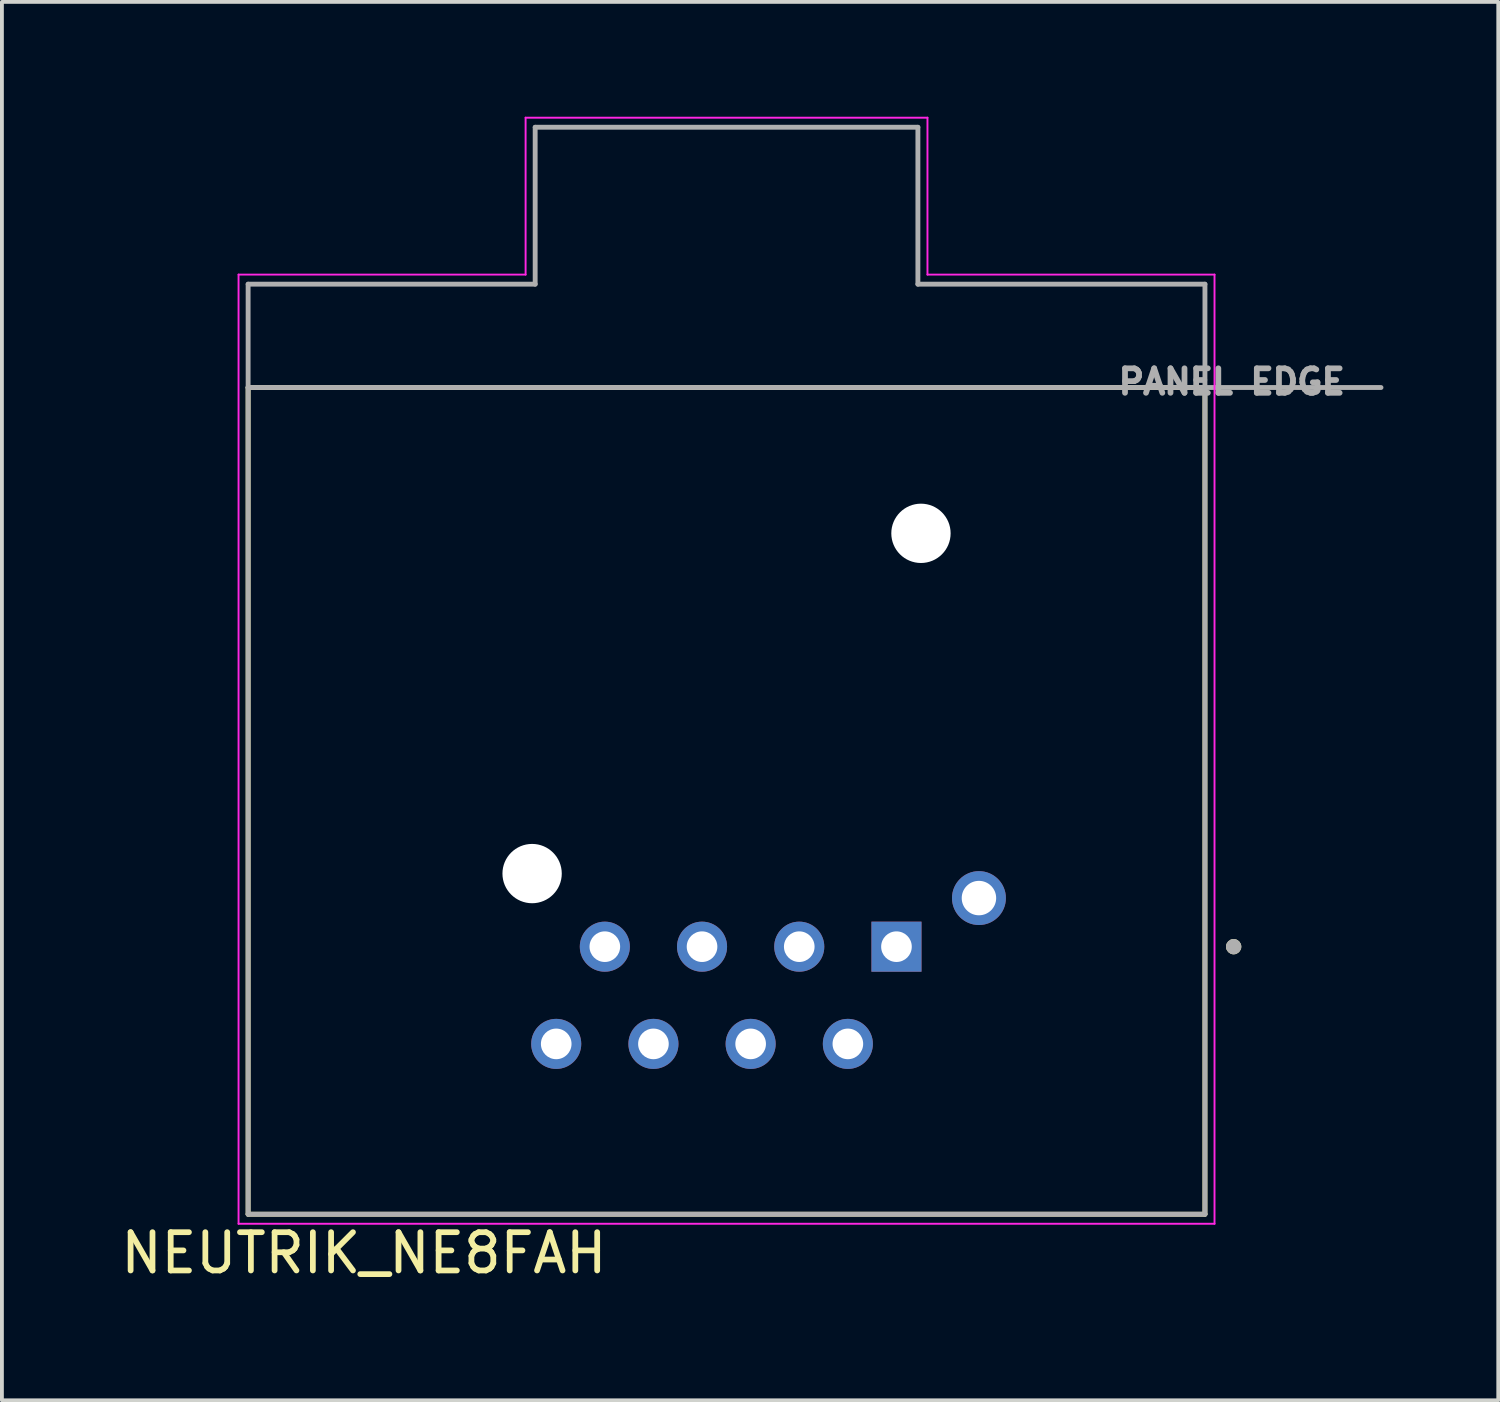
<source format=kicad_pcb>
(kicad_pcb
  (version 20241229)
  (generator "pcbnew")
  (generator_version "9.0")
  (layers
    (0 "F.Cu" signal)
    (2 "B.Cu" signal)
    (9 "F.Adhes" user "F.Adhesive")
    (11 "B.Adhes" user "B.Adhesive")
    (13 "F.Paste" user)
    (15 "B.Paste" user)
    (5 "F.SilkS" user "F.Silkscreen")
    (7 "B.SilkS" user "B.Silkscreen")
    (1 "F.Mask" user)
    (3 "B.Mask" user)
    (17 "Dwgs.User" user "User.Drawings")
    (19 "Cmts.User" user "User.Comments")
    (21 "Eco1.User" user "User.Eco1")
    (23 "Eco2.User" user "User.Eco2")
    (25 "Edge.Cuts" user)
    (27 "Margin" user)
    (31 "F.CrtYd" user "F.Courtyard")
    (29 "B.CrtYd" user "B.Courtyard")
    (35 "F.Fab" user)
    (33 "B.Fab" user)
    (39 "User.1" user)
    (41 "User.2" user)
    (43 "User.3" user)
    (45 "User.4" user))
  (footprint "NEUTRIK_NE8FAH"
    (layer "F.Cu")
    (at 15.933 7.075)
    (property "Reference" "NEUTRIK_NE8FAH" (at -9.475 22.615 0) (layer "F.SilkS") (effects (font (size 1 1) (thickness 0.15))))
    (attr through_hole)
    (fp_line (start -12.5 0) (end 12.5 0) (stroke (width 0.127) (type solid)) (layer "F.SilkS"))
    (fp_line (start -12.5 21.6) (end -12.5 0) (stroke (width 0.127) (type solid)) (layer "F.SilkS"))
    (fp_line (start 12.5 0) (end 12.5 21.6) (stroke (width 0.127) (type solid)) (layer "F.SilkS"))
    (fp_line (start 12.5 21.6) (end -12.5 21.6) (stroke (width 0.127) (type solid)) (layer "F.SilkS"))
    (fp_circle (center 13.25 14.61) (end 13.35 14.61) (stroke (width 0.2) (type solid)) (fill no) (layer "F.SilkS"))
    (fp_line (start -12.75 -2.95) (end -12.75 21.85) (stroke (width 0.05) (type solid)) (layer "F.CrtYd"))
    (fp_line (start -12.75 -2.95) (end -5.25 -2.95) (stroke (width 0.05) (type solid)) (layer "F.CrtYd"))
    (fp_line (start -12.75 21.85) (end 12.75 21.85) (stroke (width 0.05) (type solid)) (layer "F.CrtYd"))
    (fp_line (start -5.25 -2.95) (end -5.25 -7.05) (stroke (width 0.05) (type solid)) (layer "F.CrtYd"))
    (fp_line (start 5.25 -7.05) (end -5.25 -7.05) (stroke (width 0.05) (type solid)) (layer "F.CrtYd"))
    (fp_line (start 5.25 -7.05) (end 5.25 -2.95) (stroke (width 0.05) (type solid)) (layer "F.CrtYd"))
    (fp_line (start 5.25 -2.95) (end 12.75 -2.95) (stroke (width 0.05) (type solid)) (layer "F.CrtYd"))
    (fp_line (start 12.75 21.85) (end 12.75 -2.95) (stroke (width 0.05) (type solid)) (layer "F.CrtYd"))
    (fp_line (start -12.5 -2.7) (end -5 -2.7) (stroke (width 0.127) (type solid)) (layer "F.Fab"))
    (fp_line (start -12.5 0) (end -12.5 -2.7) (stroke (width 0.127) (type solid)) (layer "F.Fab"))
    (fp_line (start -12.5 0) (end 12.5 0) (stroke (width 0.127) (type solid)) (layer "F.Fab"))
    (fp_line (start -12.5 21.6) (end -12.5 0) (stroke (width 0.127) (type solid)) (layer "F.Fab"))
    (fp_line (start -5 -6.8) (end 5 -6.8) (stroke (width 0.127) (type solid)) (layer "F.Fab"))
    (fp_line (start -5 -2.7) (end -5 -6.8) (stroke (width 0.127) (type solid)) (layer "F.Fab"))
    (fp_line (start 5 -6.8) (end 5 -2.7) (stroke (width 0.127) (type solid)) (layer "F.Fab"))
    (fp_line (start 5 -2.7) (end 12.5 -2.7) (stroke (width 0.127) (type solid)) (layer "F.Fab"))
    (fp_line (start 12.5 0) (end 12.5 -2.7) (stroke (width 0.127) (type solid)) (layer "F.Fab"))
    (fp_line (start 12.5 0) (end 12.5 21.6) (stroke (width 0.127) (type solid)) (layer "F.Fab"))
    (fp_line (start 12.5 0) (end 17.1 0) (stroke (width 0.127) (type solid)) (layer "F.Fab"))
    (fp_line (start 12.5 21.6) (end -12.5 21.6) (stroke (width 0.127) (type solid)) (layer "F.Fab"))
    (fp_circle (center 13.25 14.61) (end 13.35 14.61) (stroke (width 0.2) (type solid)) (fill no) (layer "F.Fab"))
    (fp_text user "PANEL EDGE" (at 13.2 -0.15 0) (layer "F.Fab") (effects (font (size 0.64 0.64) (thickness 0.15))))
    (pad "" np_thru_hole circle (at -5.08 12.7) (size 1.55 1.55) (drill 1.55) (layers "*.Cu" "*.Mask"))
    (pad "" np_thru_hole circle (at 5.08 3.81) (size 1.55 1.55) (drill 1.55) (layers "*.Cu" "*.Mask"))
    (pad "1" thru_hole rect (at 4.44 14.61) (size 1.308 1.308) (drill 0.8) (layers "*.Cu" "*.Mask"))
    (pad "2" thru_hole circle (at 3.17 17.15) (size 1.308 1.308) (drill 0.8) (layers "*.Cu" "*.Mask"))
    (pad "3" thru_hole circle (at 1.9 14.61) (size 1.308 1.308) (drill 0.8) (layers "*.Cu" "*.Mask"))
    (pad "4" thru_hole circle (at 0.63 17.15) (size 1.308 1.308) (drill 0.8) (layers "*.Cu" "*.Mask"))
    (pad "5" thru_hole circle (at -0.64 14.61) (size 1.308 1.308) (drill 0.8) (layers "*.Cu" "*.Mask"))
    (pad "6" thru_hole circle (at -1.91 17.15) (size 1.308 1.308) (drill 0.8) (layers "*.Cu" "*.Mask"))
    (pad "7" thru_hole circle (at -3.18 14.61) (size 1.308 1.308) (drill 0.8) (layers "*.Cu" "*.Mask"))
    (pad "8" thru_hole circle (at -4.45 17.15) (size 1.308 1.308) (drill 0.8) (layers "*.Cu" "*.Mask"))
    (pad "G" thru_hole circle (at 6.595 13.34) (size 1.408 1.408) (drill 0.9) (layers "*.Cu" "*.Mask")))
  (gr_rect
    (start -3 -3)
    (end 36.097 33.538)
    (stroke (width 0.1) (type default))
    (fill no)
    (layer "Edge.Cuts")))
</source>
